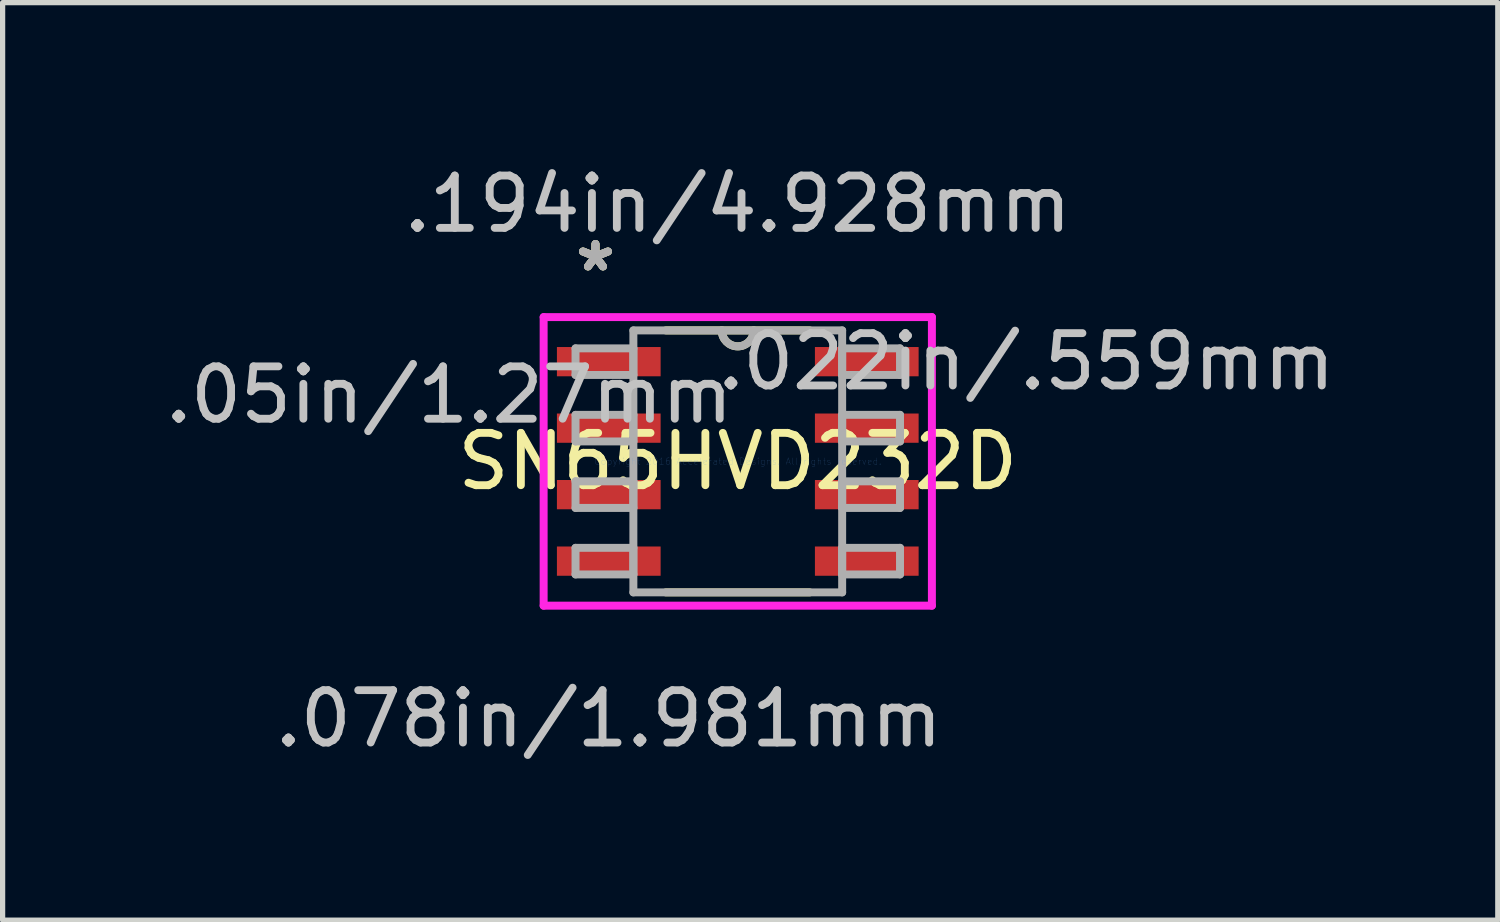
<source format=kicad_pcb>
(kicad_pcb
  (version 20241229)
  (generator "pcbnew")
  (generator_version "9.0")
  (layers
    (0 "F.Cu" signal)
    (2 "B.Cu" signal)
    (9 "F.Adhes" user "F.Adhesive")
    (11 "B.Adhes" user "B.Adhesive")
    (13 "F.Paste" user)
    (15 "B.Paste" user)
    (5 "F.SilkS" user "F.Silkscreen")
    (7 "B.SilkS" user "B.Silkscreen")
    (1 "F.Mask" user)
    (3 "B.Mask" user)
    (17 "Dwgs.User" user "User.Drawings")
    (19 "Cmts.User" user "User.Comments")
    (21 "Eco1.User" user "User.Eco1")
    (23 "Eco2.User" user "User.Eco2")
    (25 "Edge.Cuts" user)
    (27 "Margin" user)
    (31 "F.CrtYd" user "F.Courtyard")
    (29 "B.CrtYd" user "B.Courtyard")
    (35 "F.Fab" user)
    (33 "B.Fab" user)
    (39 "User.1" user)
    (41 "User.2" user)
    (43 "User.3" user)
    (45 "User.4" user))
  (footprint "SN65HVD232D"
    (layer "F.Cu")
    (at 11.042 5.763)
    (property "Reference" "SN65HVD232D" (at 0 0 0) (layer "F.SilkS") (effects (font (size 1 1) (thickness 0.15))))
    (attr through_hole)
    (fp_line (start -1.374 2.502) (end 1.374 2.502) (stroke (width 0.152) (type solid)) (layer "F.SilkS"))
    (fp_line (start 1.374 -2.502) (end -1.374 -2.502) (stroke (width 0.152) (type solid)) (layer "F.SilkS"))
    (fp_arc (start 0.3048 -2.5019) (mid 0 -2.1971) (end -0.3048 -2.5019) (stroke (width 0.1524) (type solid)) (layer "F.SilkS"))
    (fp_line (start -3.708 -2.756) (end 3.708 -2.756) (stroke (width 0.152) (type solid)) (layer "F.CrtYd"))
    (fp_line (start -3.708 2.756) (end -3.708 -2.756) (stroke (width 0.152) (type solid)) (layer "F.CrtYd"))
    (fp_line (start 3.708 -2.756) (end 3.708 2.756) (stroke (width 0.152) (type solid)) (layer "F.CrtYd"))
    (fp_line (start 3.708 2.756) (end -3.708 2.756) (stroke (width 0.152) (type solid)) (layer "F.CrtYd"))
    (fp_line (start -3.099 -2.159) (end -3.099 -1.651) (stroke (width 0.152) (type solid)) (layer "F.Fab"))
    (fp_line (start -3.099 -1.651) (end -1.994 -1.651) (stroke (width 0.152) (type solid)) (layer "F.Fab"))
    (fp_line (start -3.099 -0.889) (end -3.099 -0.381) (stroke (width 0.152) (type solid)) (layer "F.Fab"))
    (fp_line (start -3.099 -0.381) (end -1.994 -0.381) (stroke (width 0.152) (type solid)) (layer "F.Fab"))
    (fp_line (start -3.099 0.381) (end -3.099 0.889) (stroke (width 0.152) (type solid)) (layer "F.Fab"))
    (fp_line (start -3.099 0.889) (end -1.994 0.889) (stroke (width 0.152) (type solid)) (layer "F.Fab"))
    (fp_line (start -3.099 1.651) (end -3.099 2.159) (stroke (width 0.152) (type solid)) (layer "F.Fab"))
    (fp_line (start -3.099 2.159) (end -1.994 2.159) (stroke (width 0.152) (type solid)) (layer "F.Fab"))
    (fp_line (start -1.994 -2.502) (end -1.994 2.502) (stroke (width 0.152) (type solid)) (layer "F.Fab"))
    (fp_line (start -1.994 -2.159) (end -3.099 -2.159) (stroke (width 0.152) (type solid)) (layer "F.Fab"))
    (fp_line (start -1.994 -1.651) (end -1.994 -2.159) (stroke (width 0.152) (type solid)) (layer "F.Fab"))
    (fp_line (start -1.994 -0.889) (end -3.099 -0.889) (stroke (width 0.152) (type solid)) (layer "F.Fab"))
    (fp_line (start -1.994 -0.381) (end -1.994 -0.889) (stroke (width 0.152) (type solid)) (layer "F.Fab"))
    (fp_line (start -1.994 0.381) (end -3.099 0.381) (stroke (width 0.152) (type solid)) (layer "F.Fab"))
    (fp_line (start -1.994 0.889) (end -1.994 0.381) (stroke (width 0.152) (type solid)) (layer "F.Fab"))
    (fp_line (start -1.994 1.651) (end -3.099 1.651) (stroke (width 0.152) (type solid)) (layer "F.Fab"))
    (fp_line (start -1.994 2.159) (end -1.994 1.651) (stroke (width 0.152) (type solid)) (layer "F.Fab"))
    (fp_line (start -1.994 2.502) (end 1.994 2.502) (stroke (width 0.152) (type solid)) (layer "F.Fab"))
    (fp_line (start 1.994 -2.502) (end -1.994 -2.502) (stroke (width 0.152) (type solid)) (layer "F.Fab"))
    (fp_line (start 1.994 -2.159) (end 1.994 -1.651) (stroke (width 0.152) (type solid)) (layer "F.Fab"))
    (fp_line (start 1.994 -1.651) (end 3.099 -1.651) (stroke (width 0.152) (type solid)) (layer "F.Fab"))
    (fp_line (start 1.994 -0.889) (end 1.994 -0.381) (stroke (width 0.152) (type solid)) (layer "F.Fab"))
    (fp_line (start 1.994 -0.381) (end 3.099 -0.381) (stroke (width 0.152) (type solid)) (layer "F.Fab"))
    (fp_line (start 1.994 0.381) (end 1.994 0.889) (stroke (width 0.152) (type solid)) (layer "F.Fab"))
    (fp_line (start 1.994 0.889) (end 3.099 0.889) (stroke (width 0.152) (type solid)) (layer "F.Fab"))
    (fp_line (start 1.994 1.651) (end 1.994 2.159) (stroke (width 0.152) (type solid)) (layer "F.Fab"))
    (fp_line (start 1.994 2.159) (end 3.099 2.159) (stroke (width 0.152) (type solid)) (layer "F.Fab"))
    (fp_line (start 1.994 2.502) (end 1.994 -2.502) (stroke (width 0.152) (type solid)) (layer "F.Fab"))
    (fp_line (start 3.099 -2.159) (end 1.994 -2.159) (stroke (width 0.152) (type solid)) (layer "F.Fab"))
    (fp_line (start 3.099 -1.651) (end 3.099 -2.159) (stroke (width 0.152) (type solid)) (layer "F.Fab"))
    (fp_line (start 3.099 -0.889) (end 1.994 -0.889) (stroke (width 0.152) (type solid)) (layer "F.Fab"))
    (fp_line (start 3.099 -0.381) (end 3.099 -0.889) (stroke (width 0.152) (type solid)) (layer "F.Fab"))
    (fp_line (start 3.099 0.381) (end 1.994 0.381) (stroke (width 0.152) (type solid)) (layer "F.Fab"))
    (fp_line (start 3.099 0.889) (end 3.099 0.381) (stroke (width 0.152) (type solid)) (layer "F.Fab"))
    (fp_line (start 3.099 1.651) (end 1.994 1.651) (stroke (width 0.152) (type solid)) (layer "F.Fab"))
    (fp_line (start 3.099 2.159) (end 3.099 1.651) (stroke (width 0.152) (type solid)) (layer "F.Fab"))
    (fp_arc (start 0.3048 -2.5019) (mid 0 -2.1971) (end -0.3048 -2.5019) (stroke (width 0.1524) (type solid)) (layer "F.Fab"))
    (fp_text user "*" (at -2.718 -3.607 0) (layer "F.SilkS") (effects (font (size 1 1) (thickness 0.15))))
    (fp_text user "*" (at -2.718 -3.607 0) (layer "F.SilkS") (effects (font (size 1 1) (thickness 0.15))))
    (fp_text user ".078in/1.981mm" (at -2.464 4.915 0) (layer "Dwgs.User") (effects (font (size 1 1) (thickness 0.15))))
    (fp_text user ".05in/1.27mm" (at -5.512 -1.27 0) (layer "Dwgs.User") (effects (font (size 1 1) (thickness 0.15))))
    (fp_text user ".194in/4.928mm" (at 0 -4.915 0) (layer "Dwgs.User") (effects (font (size 1 1) (thickness 0.15))))
    (fp_text user ".022in/.559mm" (at 5.512 -1.905 0) (layer "Dwgs.User") (effects (font (size 1 1) (thickness 0.15))))
    (fp_text user "Copyright 2016 Accelerated Designs. All rights reserved." (at 0 0 0) (layer "Cmts.User") (effects (font (size 0.127 0.127) (thickness 0.002))))
    (fp_text user "*" (at -2.718 -3.607 0) (layer "F.Fab") (effects (font (size 1 1) (thickness 0.15))))
    (fp_text user "*" (at -2.718 -3.607 0) (layer "F.Fab") (effects (font (size 1 1) (thickness 0.15))))
    (pad "1" smd rect (at -2.464 -1.905) (size 1.981 0.559) (layers "F.Cu" "F.Mask" "F.Paste"))
    (pad "2" smd rect (at -2.464 -0.635) (size 1.981 0.559) (layers "F.Cu" "F.Mask" "F.Paste"))
    (pad "3" smd rect (at -2.464 0.635) (size 1.981 0.559) (layers "F.Cu" "F.Mask" "F.Paste"))
    (pad "4" smd rect (at -2.464 1.905) (size 1.981 0.559) (layers "F.Cu" "F.Mask" "F.Paste"))
    (pad "5" smd rect (at 2.464 1.905) (size 1.981 0.559) (layers "F.Cu" "F.Mask" "F.Paste"))
    (pad "6" smd rect (at 2.464 0.635) (size 1.981 0.559) (layers "F.Cu" "F.Mask" "F.Paste"))
    (pad "7" smd rect (at 2.464 -0.635) (size 1.981 0.559) (layers "F.Cu" "F.Mask" "F.Paste"))
    (pad "8" smd rect (at 2.464 -1.905) (size 1.981 0.559) (layers "F.Cu" "F.Mask" "F.Paste")))
  (gr_rect
    (start -3 -3)
    (end 25.559 14.526)
    (stroke (width 0.1) (type default))
    (fill no)
    (layer "Edge.Cuts")))
</source>
